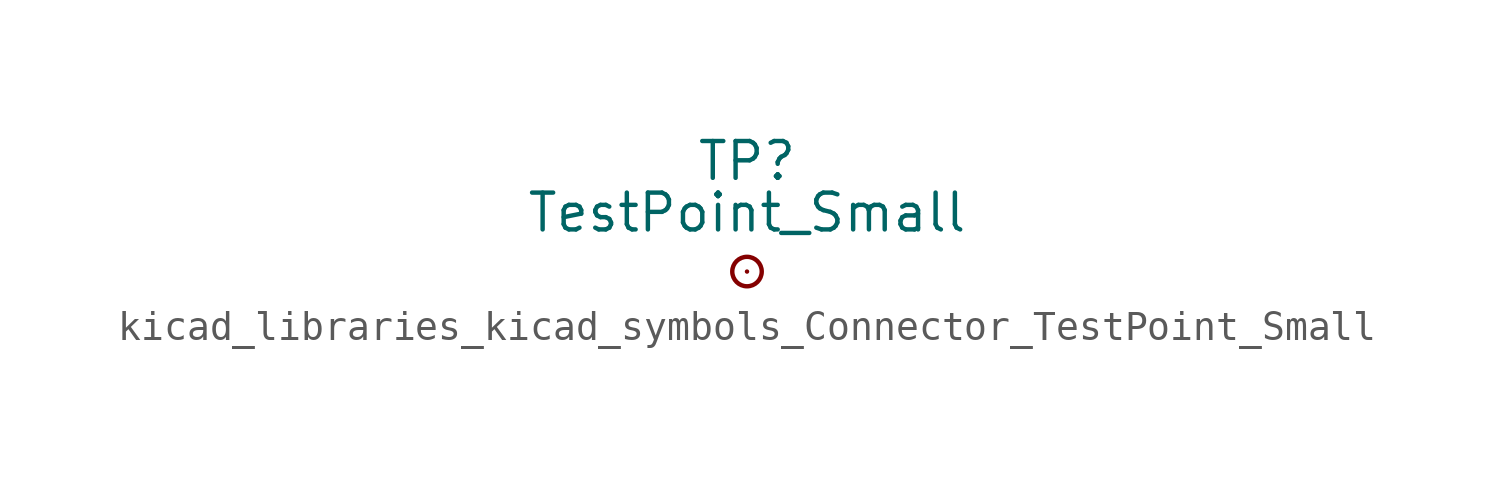
<source format=kicad_sym>
(kicad_symbol_lib
  (version 20220914)
  (generator kicad_symbol_editor)
  (symbol "kicad_libraries_kicad_symbols_Connector_TestPoint_Small"
    (pin_numbers hide)
    (pin_names
      (offset 0.762) hide)
    (property "Reference" "TP"
      (at 0 3.81 0)
      (effects (font (size 1.27 1.27))))
    (property "Value" "TestPoint_Small"
      (at 0 2.032 0)
      (effects (font (size 1.27 1.27))))
    (symbol "kicad_libraries_kicad_symbols_Connector_TestPoint_Small_0_1"
      (circle (center 0 0) (radius 0.508) (stroke (width 0) (type default)) (fill (type none))))
    (symbol "kicad_libraries_kicad_symbols_Connector_TestPoint_Small_1_1"
      (pin passive line (at 0 0 90) (length 0) (name "1" (effects (font (size 1.27 1.27)))) (number "1" (effects (font (size 1.27 1.27))))))))
</source>
